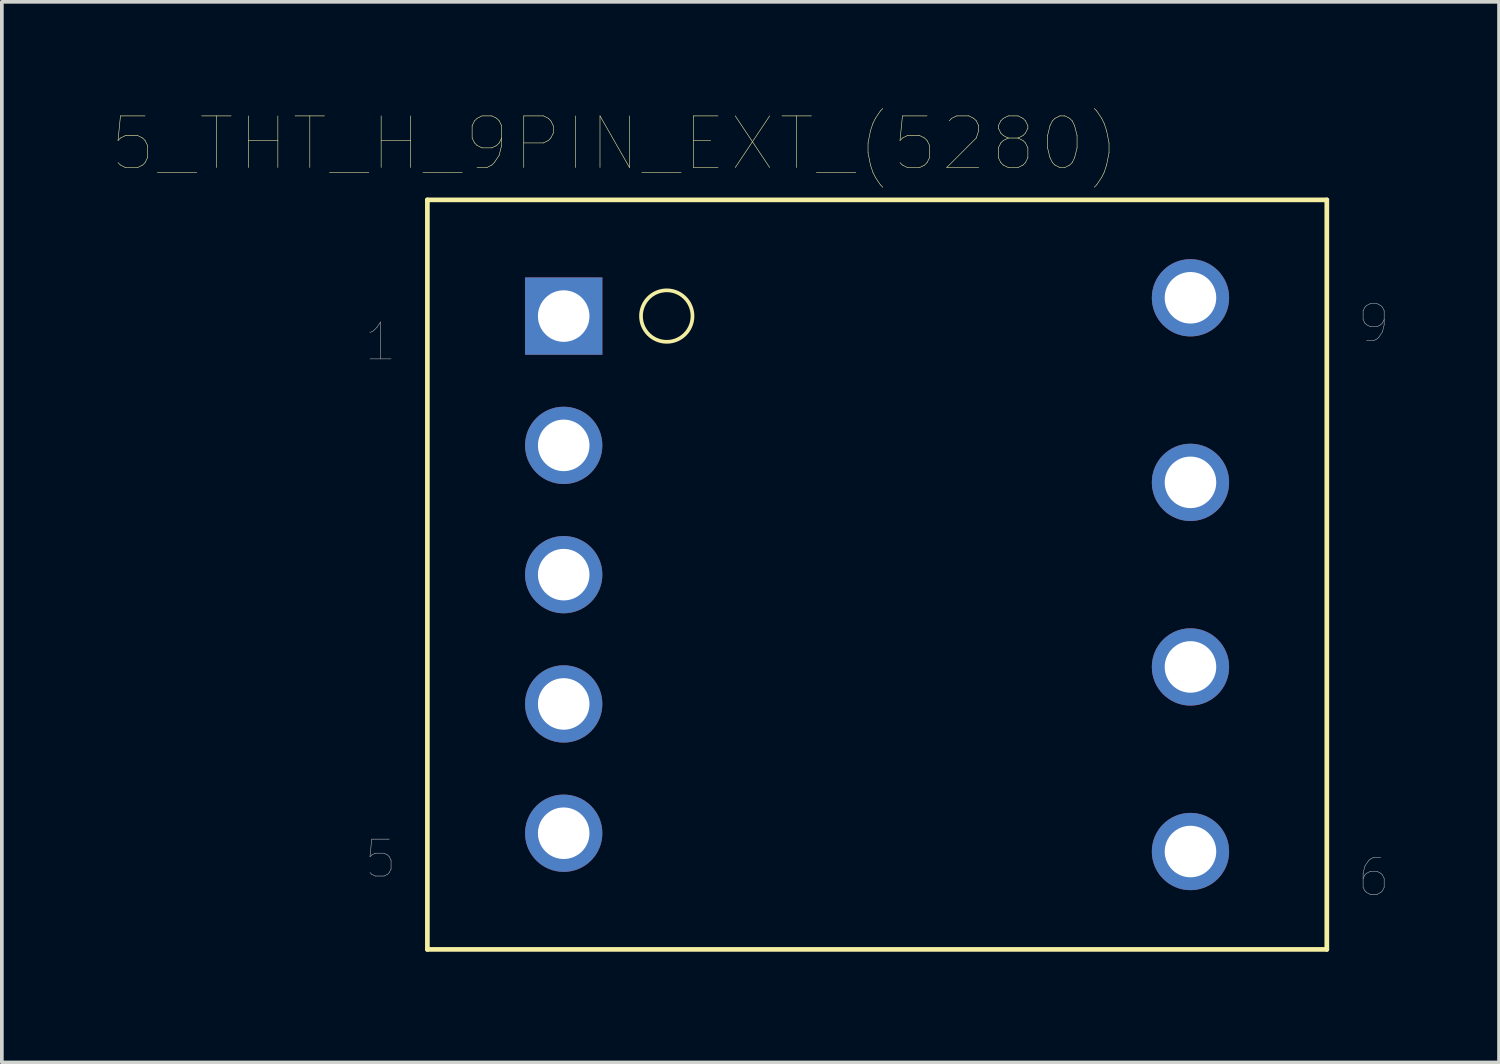
<source format=kicad_pcb>
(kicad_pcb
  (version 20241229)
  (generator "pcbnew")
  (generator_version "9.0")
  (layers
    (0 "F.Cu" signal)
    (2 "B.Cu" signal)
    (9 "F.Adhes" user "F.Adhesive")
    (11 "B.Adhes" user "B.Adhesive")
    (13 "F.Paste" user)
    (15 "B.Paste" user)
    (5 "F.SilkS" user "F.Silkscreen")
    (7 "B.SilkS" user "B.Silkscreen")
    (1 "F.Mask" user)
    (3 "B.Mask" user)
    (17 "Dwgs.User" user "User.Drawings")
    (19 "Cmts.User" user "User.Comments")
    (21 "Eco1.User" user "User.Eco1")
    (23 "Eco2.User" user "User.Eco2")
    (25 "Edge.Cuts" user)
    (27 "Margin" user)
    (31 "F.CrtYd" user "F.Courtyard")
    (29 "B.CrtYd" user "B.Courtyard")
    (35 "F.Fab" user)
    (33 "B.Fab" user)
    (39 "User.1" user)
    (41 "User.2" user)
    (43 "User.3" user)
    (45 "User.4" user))
  (footprint "5_THT_H_9PIN_EXT_(5280)"
    (layer "F.Cu")
    (at 20.728 12.529)
    (property "Reference" "5_THT_H_9PIN_EXT_(5280)" (at -7.112 -11.684 0) (layer "F.SilkS") (effects (font (size 1.4 1.4) (thickness 0.015))))
    (attr through_hole)
    (fp_line (start -12.192 -10.16) (end -12.192 10.16) (stroke (width 0.127) (type solid)) (layer "F.SilkS"))
    (fp_line (start -12.192 -10.16) (end 12.192 -10.16) (stroke (width 0.127) (type solid)) (layer "F.SilkS"))
    (fp_line (start -12.192 10.16) (end 12.192 10.16) (stroke (width 0.127) (type solid)) (layer "F.SilkS"))
    (fp_line (start 12.192 -10.16) (end 12.192 10.16) (stroke (width 0.127) (type solid)) (layer "F.SilkS"))
    (fp_circle (center -5.702 -7.01) (end -5.004 -7.01) (stroke (width 0.1) (type solid)) (fill no) (layer "F.SilkS"))
    (fp_text user "5" (at -13.462 7.709 0) (layer "F.Fab") (effects (font (size 1 1) (thickness 0.015))))
    (fp_text user "1" (at -13.462 -6.312 0) (layer "F.Fab") (effects (font (size 1 1) (thickness 0.015))))
    (fp_text user "6" (at 13.462 8.204 0) (layer "F.Fab") (effects (font (size 1 1) (thickness 0.015))))
    (fp_text user "9" (at 13.462 -6.807 0) (layer "F.Fab") (effects (font (size 1 1) (thickness 0.015))))
    (pad "1" thru_hole rect (at -8.496 -7.01) (size 2.095 2.095) (drill 1.397) (layers "*.Cu" "*.Mask"))
    (pad "2" thru_hole circle (at -8.496 -3.505) (size 2.095 2.095) (drill 1.397) (layers "*.Cu" "*.Mask"))
    (pad "3" thru_hole circle (at -8.496 0) (size 2.095 2.095) (drill 1.397) (layers "*.Cu" "*.Mask"))
    (pad "4" thru_hole circle (at -8.496 3.505) (size 2.095 2.095) (drill 1.397) (layers "*.Cu" "*.Mask"))
    (pad "5" thru_hole circle (at -8.496 7.01) (size 2.095 2.095) (drill 1.397) (layers "*.Cu" "*.Mask"))
    (pad "6" thru_hole circle (at 8.496 7.506) (size 2.095 2.095) (drill 1.397) (layers "*.Cu" "*.Mask"))
    (pad "7" thru_hole circle (at 8.496 2.502) (size 2.095 2.095) (drill 1.397) (layers "*.Cu" "*.Mask"))
    (pad "8" thru_hole circle (at 8.496 -2.502) (size 2.095 2.095) (drill 1.397) (layers "*.Cu" "*.Mask"))
    (pad "9" thru_hole circle (at 8.496 -7.506) (size 2.095 2.095) (drill 1.397) (layers "*.Cu" "*.Mask")))
  (gr_rect
    (start -3 -3)
    (end 37.589 25.753)
    (stroke (width 0.1) (type default))
    (fill no)
    (layer "Edge.Cuts")))
</source>
